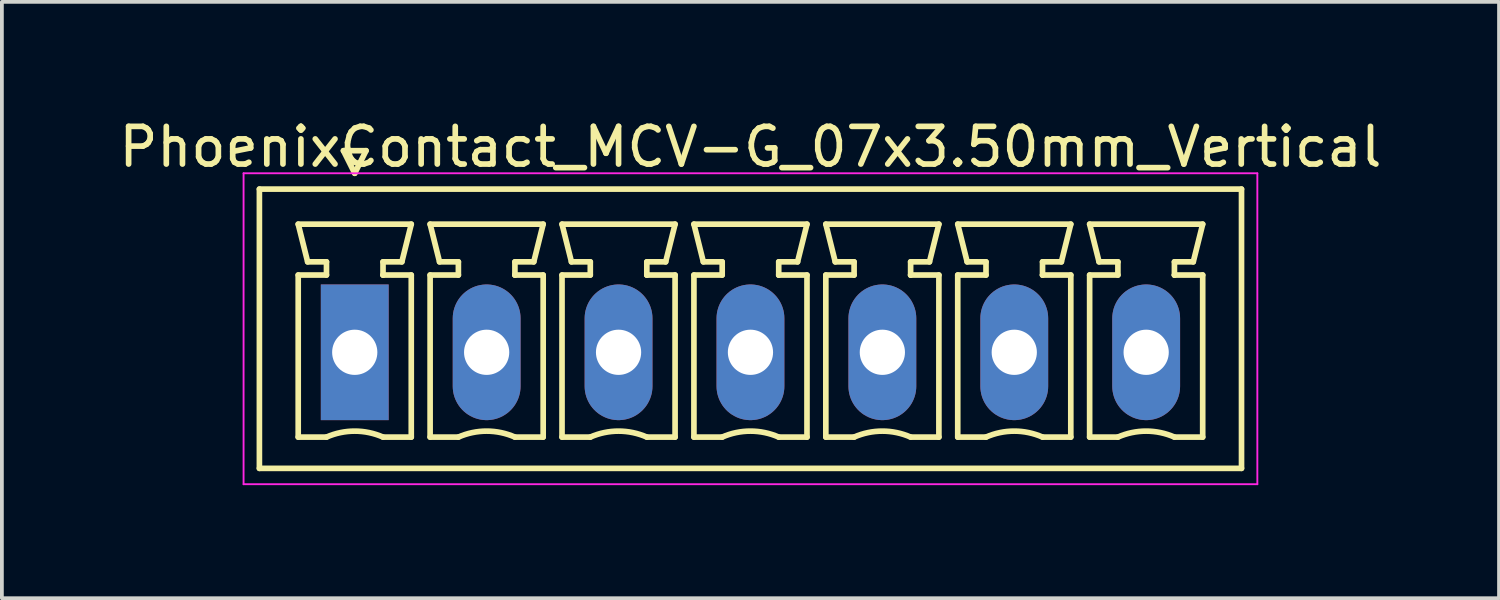
<source format=kicad_pcb>
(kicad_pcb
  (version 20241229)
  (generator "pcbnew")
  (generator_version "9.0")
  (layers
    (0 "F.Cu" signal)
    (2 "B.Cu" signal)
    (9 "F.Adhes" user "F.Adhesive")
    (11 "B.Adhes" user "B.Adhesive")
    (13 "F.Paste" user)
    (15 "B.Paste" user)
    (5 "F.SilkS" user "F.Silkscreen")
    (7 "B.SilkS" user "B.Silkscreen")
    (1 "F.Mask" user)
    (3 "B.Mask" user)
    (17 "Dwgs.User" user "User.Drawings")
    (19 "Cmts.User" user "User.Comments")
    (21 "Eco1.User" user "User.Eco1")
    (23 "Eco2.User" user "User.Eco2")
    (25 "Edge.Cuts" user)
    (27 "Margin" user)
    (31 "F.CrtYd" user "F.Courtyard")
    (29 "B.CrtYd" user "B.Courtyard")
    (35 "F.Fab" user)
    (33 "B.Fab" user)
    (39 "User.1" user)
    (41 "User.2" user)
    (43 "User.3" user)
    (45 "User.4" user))
  (footprint "PhoenixContact_MCV-G_07x3.50mm_Vertical"
    (layer "F.Cu")
    (at 6.363 6.298)
    (property "Reference" "PhoenixContact_MCV-G_07x3.50mm_Vertical" (at 10.5 -5.45 0) (layer "F.SilkS") (effects (font (size 1 1) (thickness 0.15))))
    (attr through_hole)
    (fp_line (start -2.53 -4.33) (end -2.53 3.08) (stroke (width 0.15) (type solid)) (layer "F.SilkS"))
    (fp_line (start -2.53 3.08) (end 23.53 3.08) (stroke (width 0.15) (type solid)) (layer "F.SilkS"))
    (fp_line (start -1.5 -3.4) (end 1.5 -3.4) (stroke (width 0.15) (type solid)) (layer "F.SilkS"))
    (fp_line (start -1.5 -2.05) (end -0.75 -2.05) (stroke (width 0.15) (type solid)) (layer "F.SilkS"))
    (fp_line (start -1.5 2.25) (end -1.5 -2.05) (stroke (width 0.15) (type solid)) (layer "F.SilkS"))
    (fp_line (start -1.25 -2.4) (end -1.5 -3.4) (stroke (width 0.15) (type solid)) (layer "F.SilkS"))
    (fp_line (start -0.75 -2.4) (end -1.25 -2.4) (stroke (width 0.15) (type solid)) (layer "F.SilkS"))
    (fp_line (start -0.75 -2.05) (end -0.75 -2.4) (stroke (width 0.15) (type solid)) (layer "F.SilkS"))
    (fp_line (start -0.75 2.25) (end -1.5 2.25) (stroke (width 0.15) (type solid)) (layer "F.SilkS"))
    (fp_line (start -0.3 -5.35) (end 0 -4.75) (stroke (width 0.15) (type solid)) (layer "F.SilkS"))
    (fp_line (start 0 -4.75) (end 0.3 -5.35) (stroke (width 0.15) (type solid)) (layer "F.SilkS"))
    (fp_line (start 0.3 -5.35) (end -0.3 -5.35) (stroke (width 0.15) (type solid)) (layer "F.SilkS"))
    (fp_line (start 0.75 -2.4) (end 0.75 -2.05) (stroke (width 0.15) (type solid)) (layer "F.SilkS"))
    (fp_line (start 0.75 -2.05) (end 0.75 -2.05) (stroke (width 0.15) (type solid)) (layer "F.SilkS"))
    (fp_line (start 0.75 -2.05) (end 1.5 -2.05) (stroke (width 0.15) (type solid)) (layer "F.SilkS"))
    (fp_line (start 1.25 -2.4) (end 0.75 -2.4) (stroke (width 0.15) (type solid)) (layer "F.SilkS"))
    (fp_line (start 1.5 -3.4) (end 1.25 -2.4) (stroke (width 0.15) (type solid)) (layer "F.SilkS"))
    (fp_line (start 1.5 -2.05) (end 1.5 2.25) (stroke (width 0.15) (type solid)) (layer "F.SilkS"))
    (fp_line (start 1.5 2.25) (end 0.75 2.25) (stroke (width 0.15) (type solid)) (layer "F.SilkS"))
    (fp_line (start 2 -3.4) (end 5 -3.4) (stroke (width 0.15) (type solid)) (layer "F.SilkS"))
    (fp_line (start 2 -2.05) (end 2.75 -2.05) (stroke (width 0.15) (type solid)) (layer "F.SilkS"))
    (fp_line (start 2 2.25) (end 2 -2.05) (stroke (width 0.15) (type solid)) (layer "F.SilkS"))
    (fp_line (start 2.25 -2.4) (end 2 -3.4) (stroke (width 0.15) (type solid)) (layer "F.SilkS"))
    (fp_line (start 2.75 -2.4) (end 2.25 -2.4) (stroke (width 0.15) (type solid)) (layer "F.SilkS"))
    (fp_line (start 2.75 -2.05) (end 2.75 -2.4) (stroke (width 0.15) (type solid)) (layer "F.SilkS"))
    (fp_line (start 2.75 2.25) (end 2 2.25) (stroke (width 0.15) (type solid)) (layer "F.SilkS"))
    (fp_line (start 4.25 -2.4) (end 4.25 -2.05) (stroke (width 0.15) (type solid)) (layer "F.SilkS"))
    (fp_line (start 4.25 -2.05) (end 4.25 -2.05) (stroke (width 0.15) (type solid)) (layer "F.SilkS"))
    (fp_line (start 4.25 -2.05) (end 5 -2.05) (stroke (width 0.15) (type solid)) (layer "F.SilkS"))
    (fp_line (start 4.75 -2.4) (end 4.25 -2.4) (stroke (width 0.15) (type solid)) (layer "F.SilkS"))
    (fp_line (start 5 -3.4) (end 4.75 -2.4) (stroke (width 0.15) (type solid)) (layer "F.SilkS"))
    (fp_line (start 5 -2.05) (end 5 2.25) (stroke (width 0.15) (type solid)) (layer "F.SilkS"))
    (fp_line (start 5 2.25) (end 4.25 2.25) (stroke (width 0.15) (type solid)) (layer "F.SilkS"))
    (fp_line (start 5.5 -3.4) (end 8.5 -3.4) (stroke (width 0.15) (type solid)) (layer "F.SilkS"))
    (fp_line (start 5.5 -2.05) (end 6.25 -2.05) (stroke (width 0.15) (type solid)) (layer "F.SilkS"))
    (fp_line (start 5.5 2.25) (end 5.5 -2.05) (stroke (width 0.15) (type solid)) (layer "F.SilkS"))
    (fp_line (start 5.75 -2.4) (end 5.5 -3.4) (stroke (width 0.15) (type solid)) (layer "F.SilkS"))
    (fp_line (start 6.25 -2.4) (end 5.75 -2.4) (stroke (width 0.15) (type solid)) (layer "F.SilkS"))
    (fp_line (start 6.25 -2.05) (end 6.25 -2.4) (stroke (width 0.15) (type solid)) (layer "F.SilkS"))
    (fp_line (start 6.25 2.25) (end 5.5 2.25) (stroke (width 0.15) (type solid)) (layer "F.SilkS"))
    (fp_line (start 7.75 -2.4) (end 7.75 -2.05) (stroke (width 0.15) (type solid)) (layer "F.SilkS"))
    (fp_line (start 7.75 -2.05) (end 7.75 -2.05) (stroke (width 0.15) (type solid)) (layer "F.SilkS"))
    (fp_line (start 7.75 -2.05) (end 8.5 -2.05) (stroke (width 0.15) (type solid)) (layer "F.SilkS"))
    (fp_line (start 8.25 -2.4) (end 7.75 -2.4) (stroke (width 0.15) (type solid)) (layer "F.SilkS"))
    (fp_line (start 8.5 -3.4) (end 8.25 -2.4) (stroke (width 0.15) (type solid)) (layer "F.SilkS"))
    (fp_line (start 8.5 -2.05) (end 8.5 2.25) (stroke (width 0.15) (type solid)) (layer "F.SilkS"))
    (fp_line (start 8.5 2.25) (end 7.75 2.25) (stroke (width 0.15) (type solid)) (layer "F.SilkS"))
    (fp_line (start 9 -3.4) (end 12 -3.4) (stroke (width 0.15) (type solid)) (layer "F.SilkS"))
    (fp_line (start 9 -2.05) (end 9.75 -2.05) (stroke (width 0.15) (type solid)) (layer "F.SilkS"))
    (fp_line (start 9 2.25) (end 9 -2.05) (stroke (width 0.15) (type solid)) (layer "F.SilkS"))
    (fp_line (start 9.25 -2.4) (end 9 -3.4) (stroke (width 0.15) (type solid)) (layer "F.SilkS"))
    (fp_line (start 9.75 -2.4) (end 9.25 -2.4) (stroke (width 0.15) (type solid)) (layer "F.SilkS"))
    (fp_line (start 9.75 -2.05) (end 9.75 -2.4) (stroke (width 0.15) (type solid)) (layer "F.SilkS"))
    (fp_line (start 9.75 2.25) (end 9 2.25) (stroke (width 0.15) (type solid)) (layer "F.SilkS"))
    (fp_line (start 11.25 -2.4) (end 11.25 -2.05) (stroke (width 0.15) (type solid)) (layer "F.SilkS"))
    (fp_line (start 11.25 -2.05) (end 11.25 -2.05) (stroke (width 0.15) (type solid)) (layer "F.SilkS"))
    (fp_line (start 11.25 -2.05) (end 12 -2.05) (stroke (width 0.15) (type solid)) (layer "F.SilkS"))
    (fp_line (start 11.75 -2.4) (end 11.25 -2.4) (stroke (width 0.15) (type solid)) (layer "F.SilkS"))
    (fp_line (start 12 -3.4) (end 11.75 -2.4) (stroke (width 0.15) (type solid)) (layer "F.SilkS"))
    (fp_line (start 12 -2.05) (end 12 2.25) (stroke (width 0.15) (type solid)) (layer "F.SilkS"))
    (fp_line (start 12 2.25) (end 11.25 2.25) (stroke (width 0.15) (type solid)) (layer "F.SilkS"))
    (fp_line (start 12.5 -3.4) (end 15.5 -3.4) (stroke (width 0.15) (type solid)) (layer "F.SilkS"))
    (fp_line (start 12.5 -2.05) (end 13.25 -2.05) (stroke (width 0.15) (type solid)) (layer "F.SilkS"))
    (fp_line (start 12.5 2.25) (end 12.5 -2.05) (stroke (width 0.15) (type solid)) (layer "F.SilkS"))
    (fp_line (start 12.75 -2.4) (end 12.5 -3.4) (stroke (width 0.15) (type solid)) (layer "F.SilkS"))
    (fp_line (start 13.25 -2.4) (end 12.75 -2.4) (stroke (width 0.15) (type solid)) (layer "F.SilkS"))
    (fp_line (start 13.25 -2.05) (end 13.25 -2.4) (stroke (width 0.15) (type solid)) (layer "F.SilkS"))
    (fp_line (start 13.25 2.25) (end 12.5 2.25) (stroke (width 0.15) (type solid)) (layer "F.SilkS"))
    (fp_line (start 14.75 -2.4) (end 14.75 -2.05) (stroke (width 0.15) (type solid)) (layer "F.SilkS"))
    (fp_line (start 14.75 -2.05) (end 14.75 -2.05) (stroke (width 0.15) (type solid)) (layer "F.SilkS"))
    (fp_line (start 14.75 -2.05) (end 15.5 -2.05) (stroke (width 0.15) (type solid)) (layer "F.SilkS"))
    (fp_line (start 15.25 -2.4) (end 14.75 -2.4) (stroke (width 0.15) (type solid)) (layer "F.SilkS"))
    (fp_line (start 15.5 -3.4) (end 15.25 -2.4) (stroke (width 0.15) (type solid)) (layer "F.SilkS"))
    (fp_line (start 15.5 -2.05) (end 15.5 2.25) (stroke (width 0.15) (type solid)) (layer "F.SilkS"))
    (fp_line (start 15.5 2.25) (end 14.75 2.25) (stroke (width 0.15) (type solid)) (layer "F.SilkS"))
    (fp_line (start 16 -3.4) (end 19 -3.4) (stroke (width 0.15) (type solid)) (layer "F.SilkS"))
    (fp_line (start 16 -2.05) (end 16.75 -2.05) (stroke (width 0.15) (type solid)) (layer "F.SilkS"))
    (fp_line (start 16 2.25) (end 16 -2.05) (stroke (width 0.15) (type solid)) (layer "F.SilkS"))
    (fp_line (start 16.25 -2.4) (end 16 -3.4) (stroke (width 0.15) (type solid)) (layer "F.SilkS"))
    (fp_line (start 16.75 -2.4) (end 16.25 -2.4) (stroke (width 0.15) (type solid)) (layer "F.SilkS"))
    (fp_line (start 16.75 -2.05) (end 16.75 -2.4) (stroke (width 0.15) (type solid)) (layer "F.SilkS"))
    (fp_line (start 16.75 2.25) (end 16 2.25) (stroke (width 0.15) (type solid)) (layer "F.SilkS"))
    (fp_line (start 18.25 -2.4) (end 18.25 -2.05) (stroke (width 0.15) (type solid)) (layer "F.SilkS"))
    (fp_line (start 18.25 -2.05) (end 18.25 -2.05) (stroke (width 0.15) (type solid)) (layer "F.SilkS"))
    (fp_line (start 18.25 -2.05) (end 19 -2.05) (stroke (width 0.15) (type solid)) (layer "F.SilkS"))
    (fp_line (start 18.75 -2.4) (end 18.25 -2.4) (stroke (width 0.15) (type solid)) (layer "F.SilkS"))
    (fp_line (start 19 -3.4) (end 18.75 -2.4) (stroke (width 0.15) (type solid)) (layer "F.SilkS"))
    (fp_line (start 19 -2.05) (end 19 2.25) (stroke (width 0.15) (type solid)) (layer "F.SilkS"))
    (fp_line (start 19 2.25) (end 18.25 2.25) (stroke (width 0.15) (type solid)) (layer "F.SilkS"))
    (fp_line (start 19.5 -3.4) (end 22.5 -3.4) (stroke (width 0.15) (type solid)) (layer "F.SilkS"))
    (fp_line (start 19.5 -2.05) (end 20.25 -2.05) (stroke (width 0.15) (type solid)) (layer "F.SilkS"))
    (fp_line (start 19.5 2.25) (end 19.5 -2.05) (stroke (width 0.15) (type solid)) (layer "F.SilkS"))
    (fp_line (start 19.75 -2.4) (end 19.5 -3.4) (stroke (width 0.15) (type solid)) (layer "F.SilkS"))
    (fp_line (start 20.25 -2.4) (end 19.75 -2.4) (stroke (width 0.15) (type solid)) (layer "F.SilkS"))
    (fp_line (start 20.25 -2.05) (end 20.25 -2.4) (stroke (width 0.15) (type solid)) (layer "F.SilkS"))
    (fp_line (start 20.25 2.25) (end 19.5 2.25) (stroke (width 0.15) (type solid)) (layer "F.SilkS"))
    (fp_line (start 21.75 -2.4) (end 21.75 -2.05) (stroke (width 0.15) (type solid)) (layer "F.SilkS"))
    (fp_line (start 21.75 -2.05) (end 21.75 -2.05) (stroke (width 0.15) (type solid)) (layer "F.SilkS"))
    (fp_line (start 21.75 -2.05) (end 22.5 -2.05) (stroke (width 0.15) (type solid)) (layer "F.SilkS"))
    (fp_line (start 22.25 -2.4) (end 21.75 -2.4) (stroke (width 0.15) (type solid)) (layer "F.SilkS"))
    (fp_line (start 22.5 -3.4) (end 22.25 -2.4) (stroke (width 0.15) (type solid)) (layer "F.SilkS"))
    (fp_line (start 22.5 -2.05) (end 22.5 2.25) (stroke (width 0.15) (type solid)) (layer "F.SilkS"))
    (fp_line (start 22.5 2.25) (end 21.75 2.25) (stroke (width 0.15) (type solid)) (layer "F.SilkS"))
    (fp_line (start 23.53 -4.33) (end -2.53 -4.33) (stroke (width 0.15) (type solid)) (layer "F.SilkS"))
    (fp_line (start 23.53 3.08) (end 23.53 -4.33) (stroke (width 0.15) (type solid)) (layer "F.SilkS"))
    (fp_arc (start -0.75 2.25) (mid -0.000193 2.09191) (end 0.749647 2.249844) (stroke (width 0.15) (type solid)) (layer "F.SilkS"))
    (fp_arc (start 2.75 2.25) (mid 3.499807 2.09191) (end 4.249647 2.249844) (stroke (width 0.15) (type solid)) (layer "F.SilkS"))
    (fp_arc (start 6.25 2.25) (mid 6.999807 2.09191) (end 7.749647 2.249844) (stroke (width 0.15) (type solid)) (layer "F.SilkS"))
    (fp_arc (start 9.75 2.25) (mid 10.499807 2.09191) (end 11.249647 2.249844) (stroke (width 0.15) (type solid)) (layer "F.SilkS"))
    (fp_arc (start 13.25 2.25) (mid 13.999807 2.09191) (end 14.749647 2.249844) (stroke (width 0.15) (type solid)) (layer "F.SilkS"))
    (fp_arc (start 16.75 2.25) (mid 17.499807 2.09191) (end 18.249647 2.249844) (stroke (width 0.15) (type solid)) (layer "F.SilkS"))
    (fp_arc (start 20.25 2.25) (mid 20.999807 2.09191) (end 21.749647 2.249844) (stroke (width 0.15) (type solid)) (layer "F.SilkS"))
    (fp_line (start -2.95 -4.75) (end -2.95 3.5) (stroke (width 0.05) (type solid)) (layer "F.CrtYd"))
    (fp_line (start -2.95 3.5) (end 23.95 3.5) (stroke (width 0.05) (type solid)) (layer "F.CrtYd"))
    (fp_line (start 23.95 -4.75) (end -2.95 -4.75) (stroke (width 0.05) (type solid)) (layer "F.CrtYd"))
    (fp_line (start 23.95 3.5) (end 23.95 -4.75) (stroke (width 0.05) (type solid)) (layer "F.CrtYd"))
    (pad "1" thru_hole rect (at 0 0) (size 1.8 3.6) (drill 1.2) (layers "*.Cu" "*.Mask"))
    (pad "2" thru_hole oval (at 3.5 0) (size 1.8 3.6) (drill 1.2) (layers "*.Cu" "*.Mask"))
    (pad "3" thru_hole oval (at 7 0) (size 1.8 3.6) (drill 1.2) (layers "*.Cu" "*.Mask"))
    (pad "4" thru_hole oval (at 10.5 0) (size 1.8 3.6) (drill 1.2) (layers "*.Cu" "*.Mask"))
    (pad "5" thru_hole oval (at 14 0) (size 1.8 3.6) (drill 1.2) (layers "*.Cu" "*.Mask"))
    (pad "6" thru_hole oval (at 17.5 0) (size 1.8 3.6) (drill 1.2) (layers "*.Cu" "*.Mask"))
    (pad "7" thru_hole oval (at 21 0) (size 1.8 3.6) (drill 1.2) (layers "*.Cu" "*.Mask")))
  (gr_rect
    (start -3 -3)
    (end 36.726 12.823)
    (stroke (width 0.1) (type default))
    (fill no)
    (layer "Edge.Cuts")))
</source>
